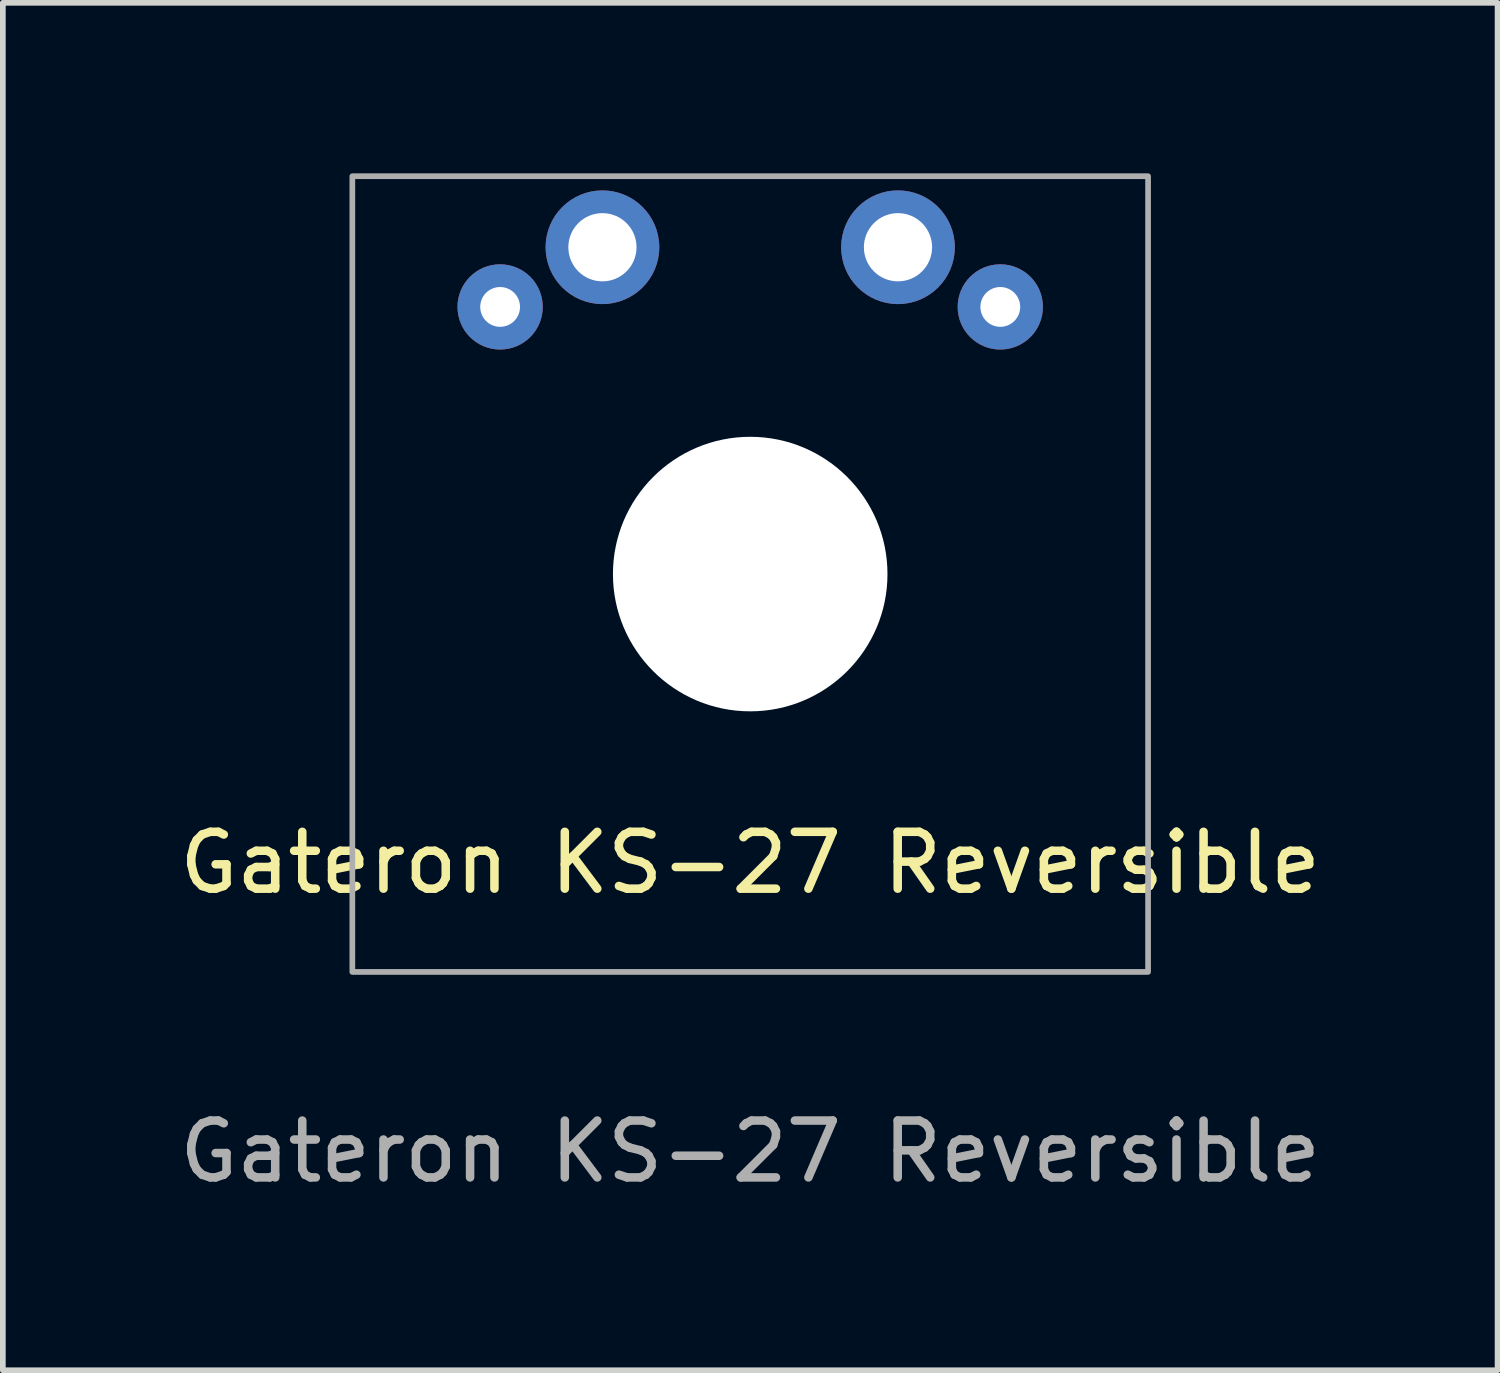
<source format=kicad_pcb>
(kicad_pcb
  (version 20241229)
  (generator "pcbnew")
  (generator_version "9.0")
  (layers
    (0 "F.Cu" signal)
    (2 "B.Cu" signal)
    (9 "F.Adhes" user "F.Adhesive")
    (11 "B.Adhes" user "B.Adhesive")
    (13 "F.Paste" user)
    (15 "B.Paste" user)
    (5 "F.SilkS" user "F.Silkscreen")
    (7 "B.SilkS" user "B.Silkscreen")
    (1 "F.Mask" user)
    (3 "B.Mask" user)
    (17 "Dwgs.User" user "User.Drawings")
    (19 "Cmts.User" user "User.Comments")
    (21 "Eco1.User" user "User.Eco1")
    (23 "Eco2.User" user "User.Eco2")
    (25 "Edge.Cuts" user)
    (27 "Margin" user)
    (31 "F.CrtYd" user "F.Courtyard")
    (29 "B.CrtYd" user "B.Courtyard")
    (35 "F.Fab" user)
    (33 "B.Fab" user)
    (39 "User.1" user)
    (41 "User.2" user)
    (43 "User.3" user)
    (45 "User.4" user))
  (footprint "Gateron KS-27 Reversible"
    (layer "F.Cu")
    (at 10.149 7.05)
    (property "Reference" "Gateron KS-27 Reversible" (at 0 5.08 0) (unlocked yes) (layer "F.SilkS") (effects (font (size 1 1) (thickness 0.15))))
    (attr through_hole)
    (fp_rect (start -7 -7) (end 7 7) (stroke (width 0.1) (type solid)) (fill no) (layer "F.Fab"))
    (fp_text user "${REFERENCE}" (at 0 10.16 0) (unlocked yes) (layer "F.Fab") (effects (font (size 1 1) (thickness 0.15))))
    (pad "" np_thru_hole circle (at 0 0) (size 4.83 4.83) (drill 4.83) (layers "*.Cu" "*.Mask"))
    (pad "1" thru_hole circle (at -4.4 -4.7) (size 1.5 1.5) (drill 0.7) (layers "*.Cu" "*.Mask"))
    (pad "1" thru_hole circle (at -2.6 -5.75) (size 2 2) (drill 1.2) (layers "*.Cu" "*.Mask"))
    (pad "2" thru_hole circle (at 2.6 -5.75) (size 2 2) (drill 1.2) (layers "*.Cu" "*.Mask"))
    (pad "2" thru_hole circle (at 4.4 -4.7) (size 1.5 1.5) (drill 0.7) (layers "*.Cu" "*.Mask")))
  (gr_rect
    (start -3 -3)
    (end 23.298 21.058)
    (stroke (width 0.1) (type default))
    (fill no)
    (layer "Edge.Cuts")))
</source>
